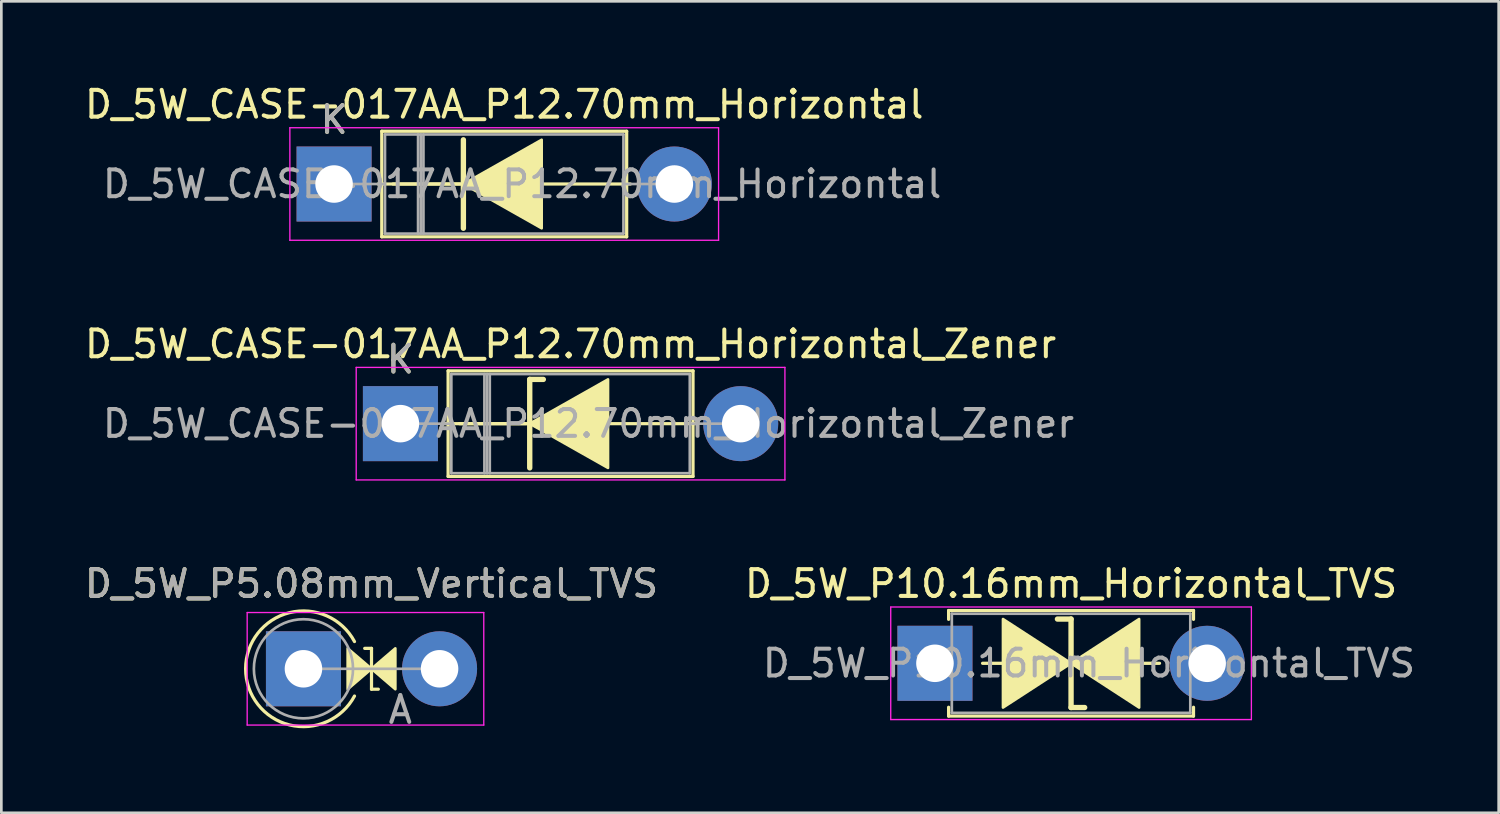
<source format=kicad_pcb>
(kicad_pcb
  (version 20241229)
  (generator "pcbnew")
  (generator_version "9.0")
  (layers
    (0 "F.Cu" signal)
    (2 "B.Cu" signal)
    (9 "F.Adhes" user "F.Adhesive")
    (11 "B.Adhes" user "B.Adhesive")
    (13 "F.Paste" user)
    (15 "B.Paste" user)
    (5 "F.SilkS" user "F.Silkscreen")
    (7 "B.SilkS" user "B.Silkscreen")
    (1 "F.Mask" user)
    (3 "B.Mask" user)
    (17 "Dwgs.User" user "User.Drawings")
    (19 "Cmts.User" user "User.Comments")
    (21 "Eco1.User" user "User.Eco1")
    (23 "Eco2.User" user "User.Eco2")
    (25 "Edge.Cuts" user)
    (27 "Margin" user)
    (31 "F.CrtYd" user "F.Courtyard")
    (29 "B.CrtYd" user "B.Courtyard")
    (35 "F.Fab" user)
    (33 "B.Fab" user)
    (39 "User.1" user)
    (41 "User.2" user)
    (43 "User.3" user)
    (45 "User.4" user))
  (footprint "D_5W_P5.08mm_Vertical_TVS"
    (layer "F.Cu")
    (at 8.275 21.91)
    (property "Reference" "D_5W_P5.08mm_Vertical_TVS" (at 2.54 -3.175 0) (layer "F.SilkS") (effects (font (size 1 1) (thickness 0.15))))
    (attr through_hole)
    (fp_line (start 2.286 -0.762) (end 2.54 -0.762) (stroke (width 0.12) (type solid)) (layer "F.SilkS"))
    (fp_line (start 2.54 0.762) (end 2.54 -0.762) (stroke (width 0.12) (type solid)) (layer "F.SilkS"))
    (fp_line (start 2.54 0.762) (end 2.794 0.762) (stroke (width 0.12) (type solid)) (layer "F.SilkS"))
    (fp_arc (start 1.904999 1.016) (mid -2.158999 0) (end 1.904999 -1.016) (stroke (width 0.12) (type solid)) (layer "F.SilkS"))
    (fp_poly (pts (xy 1.651 -0.762) (xy 2.54 0) (xy 1.651 0.762)) (stroke (width 0.1) (type solid)) (fill yes) (layer "F.SilkS"))
    (fp_poly (pts (xy 3.429 0.762) (xy 2.54 0) (xy 3.429 -0.762)) (stroke (width 0.1) (type solid)) (fill yes) (layer "F.SilkS"))
    (fp_line (start -2.1 -2.1) (end -2.1 2.1) (stroke (width 0.05) (type solid)) (layer "F.CrtYd"))
    (fp_line (start -2.1 2.1) (end 6.73 2.1) (stroke (width 0.05) (type solid)) (layer "F.CrtYd"))
    (fp_line (start 6.73 -2.1) (end -2.1 -2.1) (stroke (width 0.05) (type solid)) (layer "F.CrtYd"))
    (fp_line (start 6.73 2.1) (end 6.73 -2.1) (stroke (width 0.05) (type solid)) (layer "F.CrtYd"))
    (fp_line (start 0 0) (end 5.08 0) (stroke (width 0.1) (type solid)) (layer "F.Fab"))
    (fp_circle (center 0 0) (end 1.85 0) (stroke (width 0.1) (type solid)) (fill no) (layer "F.Fab"))
    (fp_text user "A" (at 3.615 1.527 0) (layer "F.Fab") (effects (font (size 1 1) (thickness 0.15))))
    (fp_text user "${REFERENCE}" (at 2.54 -3.175 0) (layer "F.Fab") (effects (font (size 1 1) (thickness 0.15))))
    (pad "1" thru_hole rect (at 0 0) (size 2.8 2.8) (drill 1.4) (layers "*.Cu" "*.Mask"))
    (pad "2" thru_hole oval (at 5.08 0) (size 2.8 2.8) (drill 1.4) (layers "*.Cu" "*.Mask")))
  (footprint "D_5W_CASE-017AA_P12.70mm_Horizontal_Zener"
    (layer "F.Cu")
    (at 11.894 12.761)
    (property "Reference" "D_5W_CASE-017AA_P12.70mm_Horizontal_Zener" (at 6.35 -2.97 0) (layer "F.SilkS") (effects (font (size 1 1) (thickness 0.15))))
    (fp_line (start 1.64 0) (end 1.78 0) (stroke (width 0.12) (type solid)) (layer "F.SilkS"))
    (fp_line (start 1.78 -1.97) (end 1.78 1.97) (stroke (width 0.12) (type solid)) (layer "F.SilkS"))
    (fp_line (start 1.78 0) (end 4.826 0) (stroke (width 0.12) (type solid)) (layer "F.SilkS"))
    (fp_line (start 1.78 1.97) (end 10.92 1.97) (stroke (width 0.12) (type solid)) (layer "F.SilkS"))
    (fp_line (start 4.699 0) (end 2.2 0) (stroke (width 0.12) (type solid)) (layer "F.SilkS"))
    (fp_line (start 4.826 -1.651) (end 4.826 1.651) (stroke (width 0.2) (type solid)) (layer "F.SilkS"))
    (fp_line (start 4.826 -1.651) (end 5.334 -1.651) (stroke (width 0.2) (type solid)) (layer "F.SilkS"))
    (fp_line (start 10.92 -1.97) (end 1.78 -1.97) (stroke (width 0.12) (type solid)) (layer "F.SilkS"))
    (fp_line (start 10.92 0) (end 7.62 0) (stroke (width 0.12) (type solid)) (layer "F.SilkS"))
    (fp_line (start 10.92 1.97) (end 10.92 -1.97) (stroke (width 0.12) (type solid)) (layer "F.SilkS"))
    (fp_line (start 11.06 0) (end 10.92 0) (stroke (width 0.12) (type solid)) (layer "F.SilkS"))
    (fp_poly (pts (xy 7.747 1.651) (xy 4.826 0) (xy 7.747 -1.651)) (stroke (width 0.1) (type solid)) (fill yes) (layer "F.SilkS"))
    (fp_line (start -1.65 -2.1) (end -1.65 2.1) (stroke (width 0.05) (type solid)) (layer "F.CrtYd"))
    (fp_line (start -1.65 2.1) (end 14.35 2.1) (stroke (width 0.05) (type solid)) (layer "F.CrtYd"))
    (fp_line (start 14.35 -2.1) (end -1.65 -2.1) (stroke (width 0.05) (type solid)) (layer "F.CrtYd"))
    (fp_line (start 14.35 2.1) (end 14.35 -2.1) (stroke (width 0.05) (type solid)) (layer "F.CrtYd"))
    (fp_line (start 0 0) (end 1.9 0) (stroke (width 0.1) (type solid)) (layer "F.Fab"))
    (fp_line (start 1.9 -1.85) (end 1.9 1.85) (stroke (width 0.1) (type solid)) (layer "F.Fab"))
    (fp_line (start 1.9 1.85) (end 10.8 1.85) (stroke (width 0.1) (type solid)) (layer "F.Fab"))
    (fp_line (start 3.135 -1.85) (end 3.135 1.85) (stroke (width 0.1) (type solid)) (layer "F.Fab"))
    (fp_line (start 3.235 -1.85) (end 3.235 1.85) (stroke (width 0.1) (type solid)) (layer "F.Fab"))
    (fp_line (start 3.335 -1.85) (end 3.335 1.85) (stroke (width 0.1) (type solid)) (layer "F.Fab"))
    (fp_line (start 10.8 -1.85) (end 1.9 -1.85) (stroke (width 0.1) (type solid)) (layer "F.Fab"))
    (fp_line (start 10.8 1.85) (end 10.8 -1.85) (stroke (width 0.1) (type solid)) (layer "F.Fab"))
    (fp_line (start 12.7 0) (end 10.8 0) (stroke (width 0.1) (type solid)) (layer "F.Fab"))
    (fp_text user "K" (at 0 -2.4 0) (layer "F.SilkS") (effects (font (size 1 1) (thickness 0.15))))
    (fp_text user "${REFERENCE}" (at 7.018 0 0) (layer "F.Fab") (effects (font (size 1 1) (thickness 0.15))))
    (fp_text user "K" (at 0 -2.4 0) (layer "F.Fab") (effects (font (size 1 1) (thickness 0.15))))
    (pad "1" thru_hole rect (at 0 0) (size 2.8 2.8) (drill 1.4) (layers "*.Cu" "*.Mask"))
    (pad "2" thru_hole oval (at 12.7 0) (size 2.8 2.8) (drill 1.4) (layers "*.Cu" "*.Mask")))
  (footprint "D_5W_CASE-017AA_P12.70mm_Horizontal"
    (layer "F.Cu")
    (at 9.418 3.818)
    (property "Reference" "D_5W_CASE-017AA_P12.70mm_Horizontal" (at 6.35 -2.97 0) (layer "F.SilkS") (effects (font (size 1 1) (thickness 0.15))))
    (fp_line (start 1.64 0) (end 1.78 0) (stroke (width 0.12) (type solid)) (layer "F.SilkS"))
    (fp_line (start 1.78 -1.97) (end 1.78 1.97) (stroke (width 0.12) (type solid)) (layer "F.SilkS"))
    (fp_line (start 1.78 0) (end 4.826 0) (stroke (width 0.12) (type solid)) (layer "F.SilkS"))
    (fp_line (start 1.78 1.97) (end 10.92 1.97) (stroke (width 0.12) (type solid)) (layer "F.SilkS"))
    (fp_line (start 4.699 0) (end 2.2 0) (stroke (width 0.12) (type solid)) (layer "F.SilkS"))
    (fp_line (start 4.826 -1.651) (end 4.826 1.651) (stroke (width 0.2) (type solid)) (layer "F.SilkS"))
    (fp_line (start 10.92 -1.97) (end 1.78 -1.97) (stroke (width 0.12) (type solid)) (layer "F.SilkS"))
    (fp_line (start 10.92 0) (end 7.62 0) (stroke (width 0.12) (type solid)) (layer "F.SilkS"))
    (fp_line (start 10.92 1.97) (end 10.92 -1.97) (stroke (width 0.12) (type solid)) (layer "F.SilkS"))
    (fp_line (start 11.06 0) (end 10.92 0) (stroke (width 0.12) (type solid)) (layer "F.SilkS"))
    (fp_poly (pts (xy 7.747 1.651) (xy 4.826 0) (xy 7.747 -1.651)) (stroke (width 0.1) (type solid)) (fill yes) (layer "F.SilkS"))
    (fp_line (start -1.65 -2.1) (end -1.65 2.1) (stroke (width 0.05) (type solid)) (layer "F.CrtYd"))
    (fp_line (start -1.65 2.1) (end 14.35 2.1) (stroke (width 0.05) (type solid)) (layer "F.CrtYd"))
    (fp_line (start 14.35 -2.1) (end -1.65 -2.1) (stroke (width 0.05) (type solid)) (layer "F.CrtYd"))
    (fp_line (start 14.35 2.1) (end 14.35 -2.1) (stroke (width 0.05) (type solid)) (layer "F.CrtYd"))
    (fp_line (start 0 0) (end 1.9 0) (stroke (width 0.1) (type solid)) (layer "F.Fab"))
    (fp_line (start 1.9 -1.85) (end 1.9 1.85) (stroke (width 0.1) (type solid)) (layer "F.Fab"))
    (fp_line (start 1.9 1.85) (end 10.8 1.85) (stroke (width 0.1) (type solid)) (layer "F.Fab"))
    (fp_line (start 3.135 -1.85) (end 3.135 1.85) (stroke (width 0.1) (type solid)) (layer "F.Fab"))
    (fp_line (start 3.235 -1.85) (end 3.235 1.85) (stroke (width 0.1) (type solid)) (layer "F.Fab"))
    (fp_line (start 3.335 -1.85) (end 3.335 1.85) (stroke (width 0.1) (type solid)) (layer "F.Fab"))
    (fp_line (start 10.8 -1.85) (end 1.9 -1.85) (stroke (width 0.1) (type solid)) (layer "F.Fab"))
    (fp_line (start 10.8 1.85) (end 10.8 -1.85) (stroke (width 0.1) (type solid)) (layer "F.Fab"))
    (fp_line (start 12.7 0) (end 10.8 0) (stroke (width 0.1) (type solid)) (layer "F.Fab"))
    (fp_text user "K" (at 0 -2.4 0) (layer "F.SilkS") (effects (font (size 1 1) (thickness 0.15))))
    (fp_text user "K" (at 0 -2.4 0) (layer "F.Fab") (effects (font (size 1 1) (thickness 0.15))))
    (fp_text user "${REFERENCE}" (at 7.018 0 0) (layer "F.Fab") (effects (font (size 1 1) (thickness 0.15))))
    (pad "1" thru_hole rect (at 0 0) (size 2.8 2.8) (drill 1.4) (layers "*.Cu" "*.Mask"))
    (pad "2" thru_hole oval (at 12.7 0) (size 2.8 2.8) (drill 1.4) (layers "*.Cu" "*.Mask")))
  (footprint "D_5W_P10.16mm_Horizontal_TVS"
    (layer "F.Cu")
    (at 31.843 21.705)
    (property "Reference" "D_5W_P10.16mm_Horizontal_TVS" (at 5.08 -2.97 0) (layer "F.SilkS") (effects (font (size 1 1) (thickness 0.15))))
    (attr through_hole)
    (fp_line (start 0.51 -1.97) (end 9.65 -1.97) (stroke (width 0.12) (type solid)) (layer "F.SilkS"))
    (fp_line (start 0.51 -1.64) (end 0.51 -1.97) (stroke (width 0.12) (type solid)) (layer "F.SilkS"))
    (fp_line (start 0.51 1.64) (end 0.51 1.97) (stroke (width 0.12) (type solid)) (layer "F.SilkS"))
    (fp_line (start 0.51 1.97) (end 9.65 1.97) (stroke (width 0.12) (type solid)) (layer "F.SilkS"))
    (fp_line (start 1.778 0) (end 2.54 0) (stroke (width 0.12) (type solid)) (layer "F.SilkS"))
    (fp_line (start 5.08 -1.651) (end 4.572 -1.651) (stroke (width 0.2) (type solid)) (layer "F.SilkS"))
    (fp_line (start 5.08 1.651) (end 5.08 -1.651) (stroke (width 0.2) (type solid)) (layer "F.SilkS"))
    (fp_line (start 5.588 1.651) (end 5.08 1.651) (stroke (width 0.2) (type solid)) (layer "F.SilkS"))
    (fp_line (start 8.382 0) (end 7.62 0) (stroke (width 0.12) (type solid)) (layer "F.SilkS"))
    (fp_line (start 9.65 -1.97) (end 9.65 -1.64) (stroke (width 0.12) (type solid)) (layer "F.SilkS"))
    (fp_line (start 9.65 1.97) (end 9.65 1.64) (stroke (width 0.12) (type solid)) (layer "F.SilkS"))
    (fp_poly (pts (xy 5.08 0) (xy 2.54 1.651) (xy 2.54 -1.651)) (stroke (width 0.1) (type solid)) (fill yes) (layer "F.SilkS"))
    (fp_poly (pts (xy 5.08 0) (xy 7.62 -1.651) (xy 7.62 1.651)) (stroke (width 0.1) (type solid)) (fill yes) (layer "F.SilkS"))
    (fp_line (start -1.65 -2.1) (end -1.65 2.1) (stroke (width 0.05) (type solid)) (layer "F.CrtYd"))
    (fp_line (start -1.65 2.1) (end 11.81 2.1) (stroke (width 0.05) (type solid)) (layer "F.CrtYd"))
    (fp_line (start 11.81 -2.1) (end -1.65 -2.1) (stroke (width 0.05) (type solid)) (layer "F.CrtYd"))
    (fp_line (start 11.81 2.1) (end 11.81 -2.1) (stroke (width 0.05) (type solid)) (layer "F.CrtYd"))
    (fp_line (start 0 0) (end 0.63 0) (stroke (width 0.1) (type solid)) (layer "F.Fab"))
    (fp_line (start 0.63 -1.85) (end 0.63 1.85) (stroke (width 0.1) (type solid)) (layer "F.Fab"))
    (fp_line (start 0.63 1.85) (end 9.53 1.85) (stroke (width 0.1) (type solid)) (layer "F.Fab"))
    (fp_line (start 9.53 -1.85) (end 0.63 -1.85) (stroke (width 0.1) (type solid)) (layer "F.Fab"))
    (fp_line (start 9.53 1.85) (end 9.53 -1.85) (stroke (width 0.1) (type solid)) (layer "F.Fab"))
    (fp_line (start 10.16 0) (end 9.53 0) (stroke (width 0.1) (type solid)) (layer "F.Fab"))
    (fp_text user "${REFERENCE}" (at 5.747 0 0) (layer "F.Fab") (effects (font (size 1 1) (thickness 0.15))))
    (pad "1" thru_hole rect (at 0 0) (size 2.8 2.8) (drill 1.4) (layers "*.Cu" "*.Mask"))
    (pad "2" thru_hole oval (at 10.16 0) (size 2.8 2.8) (drill 1.4) (layers "*.Cu" "*.Mask")))
  (gr_rect
    (start -3 -3)
    (end 52.882 27.285)
    (stroke (width 0.1) (type default))
    (fill no)
    (layer "Edge.Cuts")))
</source>
